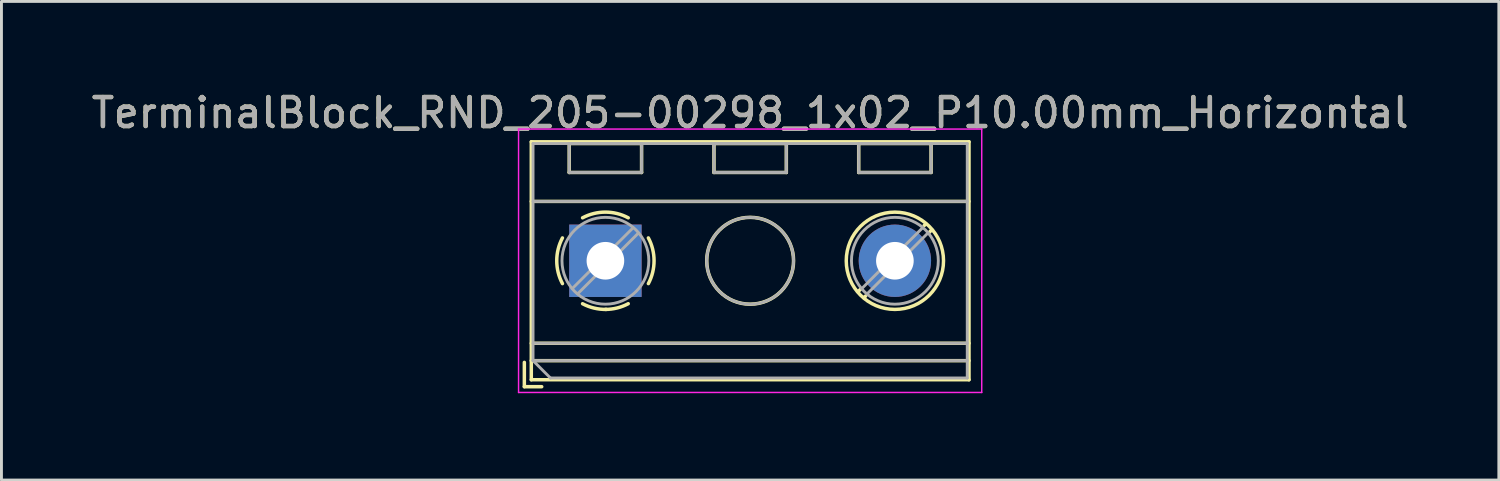
<source format=kicad_pcb>
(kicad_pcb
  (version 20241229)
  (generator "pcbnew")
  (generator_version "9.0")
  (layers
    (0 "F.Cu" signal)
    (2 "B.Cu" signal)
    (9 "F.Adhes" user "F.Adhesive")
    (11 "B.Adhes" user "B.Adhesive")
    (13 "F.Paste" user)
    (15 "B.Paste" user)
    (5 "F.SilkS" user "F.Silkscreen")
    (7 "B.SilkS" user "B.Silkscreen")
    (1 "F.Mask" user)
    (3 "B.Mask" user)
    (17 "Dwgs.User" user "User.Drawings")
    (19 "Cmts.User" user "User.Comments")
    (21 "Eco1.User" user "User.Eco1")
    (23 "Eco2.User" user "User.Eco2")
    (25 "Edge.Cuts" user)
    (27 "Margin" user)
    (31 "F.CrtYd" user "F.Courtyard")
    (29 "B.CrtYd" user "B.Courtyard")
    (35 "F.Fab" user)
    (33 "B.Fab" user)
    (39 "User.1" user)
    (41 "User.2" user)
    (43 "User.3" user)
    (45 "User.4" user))
  (footprint "TerminalBlock_RND_205-00298_1x02_P10.00mm_Horizontal"
    (layer "F.Cu")
    (at 17.863 5.958)
    (property "Reference" "TerminalBlock_RND_205-00298_1x02_P10.00mm_Horizontal" (at 5 -5.11 0) (layer "F.SilkS") (effects (font (size 1 1) (thickness 0.15))))
    (attr through_hole)
    (fp_line (start -2.8 3.51) (end -2.8 4.35) (stroke (width 0.12) (type solid)) (layer "F.SilkS"))
    (fp_line (start -2.8 4.35) (end -2.2 4.35) (stroke (width 0.12) (type solid)) (layer "F.SilkS"))
    (fp_line (start -2.56 -4.11) (end -2.56 4.11) (stroke (width 0.12) (type solid)) (layer "F.SilkS"))
    (fp_line (start -2.56 -4.11) (end 12.56 -4.11) (stroke (width 0.12) (type solid)) (layer "F.SilkS"))
    (fp_line (start -2.56 -2.05) (end 12.56 -2.05) (stroke (width 0.12) (type solid)) (layer "F.SilkS"))
    (fp_line (start -2.56 2.85) (end 12.56 2.85) (stroke (width 0.12) (type solid)) (layer "F.SilkS"))
    (fp_line (start -2.56 3.45) (end 12.56 3.45) (stroke (width 0.12) (type solid)) (layer "F.SilkS"))
    (fp_line (start -2.56 4.11) (end 12.56 4.11) (stroke (width 0.12) (type solid)) (layer "F.SilkS"))
    (fp_line (start -1.25 -4.05) (end -1.25 -3.05) (stroke (width 0.12) (type solid)) (layer "F.SilkS"))
    (fp_line (start -1.25 -4.05) (end 1.25 -4.05) (stroke (width 0.12) (type solid)) (layer "F.SilkS"))
    (fp_line (start -1.25 -3.05) (end 1.25 -3.05) (stroke (width 0.12) (type solid)) (layer "F.SilkS"))
    (fp_line (start 1.25 -4.05) (end 1.25 -3.05) (stroke (width 0.12) (type solid)) (layer "F.SilkS"))
    (fp_line (start 3.75 -4.05) (end 3.75 -3.05) (stroke (width 0.12) (type solid)) (layer "F.SilkS"))
    (fp_line (start 3.75 -4.05) (end 6.25 -4.05) (stroke (width 0.12) (type solid)) (layer "F.SilkS"))
    (fp_line (start 3.75 -3.05) (end 6.25 -3.05) (stroke (width 0.12) (type solid)) (layer "F.SilkS"))
    (fp_line (start 6.25 -4.05) (end 6.25 -3.05) (stroke (width 0.12) (type solid)) (layer "F.SilkS"))
    (fp_line (start 8.75 -4.05) (end 8.75 -3.05) (stroke (width 0.12) (type solid)) (layer "F.SilkS"))
    (fp_line (start 8.75 -4.05) (end 11.25 -4.05) (stroke (width 0.12) (type solid)) (layer "F.SilkS"))
    (fp_line (start 8.75 -3.05) (end 11.25 -3.05) (stroke (width 0.12) (type solid)) (layer "F.SilkS"))
    (fp_line (start 8.82 0.976) (end 8.726 1.069) (stroke (width 0.12) (type solid)) (layer "F.SilkS"))
    (fp_line (start 8.99 1.216) (end 8.931 1.274) (stroke (width 0.12) (type solid)) (layer "F.SilkS"))
    (fp_line (start 11.07 -1.275) (end 11.011 -1.216) (stroke (width 0.12) (type solid)) (layer "F.SilkS"))
    (fp_line (start 11.25 -4.05) (end 11.25 -3.05) (stroke (width 0.12) (type solid)) (layer "F.SilkS"))
    (fp_line (start 11.275 -1.069) (end 11.181 -0.976) (stroke (width 0.12) (type solid)) (layer "F.SilkS"))
    (fp_line (start 12.56 -4.11) (end 12.56 4.11) (stroke (width 0.12) (type solid)) (layer "F.SilkS"))
    (fp_arc (start -1.483953 0.789089) (mid -1.680708 0.00005) (end -1.484 -0.789) (stroke (width 0.12) (type solid)) (layer "F.SilkS"))
    (fp_arc (start -0.789089 -1.483953) (mid -0.00005 -1.680708) (end 0.789 -1.484) (stroke (width 0.12) (type solid)) (layer "F.SilkS"))
    (fp_arc (start 0.029383 1.68045) (mid -0.392304 1.634281) (end -0.789 1.484) (stroke (width 0.12) (type solid)) (layer "F.SilkS"))
    (fp_arc (start 0.788712 1.483352) (mid 0.406429 1.630097) (end 0 1.68) (stroke (width 0.12) (type solid)) (layer "F.SilkS"))
    (fp_arc (start 1.483953 -0.789089) (mid 1.680708 -0.00005) (end 1.484 0.789) (stroke (width 0.12) (type solid)) (layer "F.SilkS"))
    (fp_circle (center 5 0) (end 6.5 0) (stroke (width 0.12) (type solid)) (fill no) (layer "F.SilkS"))
    (fp_circle (center 10 0) (end 11.68 0) (stroke (width 0.12) (type solid)) (fill no) (layer "F.SilkS"))
    (fp_line (start -3 -4.55) (end -3 4.55) (stroke (width 0.05) (type solid)) (layer "F.CrtYd"))
    (fp_line (start -3 4.55) (end 13 4.55) (stroke (width 0.05) (type solid)) (layer "F.CrtYd"))
    (fp_line (start 13 -4.55) (end -3 -4.55) (stroke (width 0.05) (type solid)) (layer "F.CrtYd"))
    (fp_line (start 13 4.55) (end 13 -4.55) (stroke (width 0.05) (type solid)) (layer "F.CrtYd"))
    (fp_line (start -2.5 -4.05) (end 12.5 -4.05) (stroke (width 0.1) (type solid)) (layer "F.Fab"))
    (fp_line (start -2.5 -2.05) (end 12.5 -2.05) (stroke (width 0.1) (type solid)) (layer "F.Fab"))
    (fp_line (start -2.5 2.85) (end 12.5 2.85) (stroke (width 0.1) (type solid)) (layer "F.Fab"))
    (fp_line (start -2.5 3.45) (end -2.5 -4.05) (stroke (width 0.1) (type solid)) (layer "F.Fab"))
    (fp_line (start -2.5 3.45) (end 12.5 3.45) (stroke (width 0.1) (type solid)) (layer "F.Fab"))
    (fp_line (start -1.9 4.05) (end -2.5 3.45) (stroke (width 0.1) (type solid)) (layer "F.Fab"))
    (fp_line (start -1.25 -4.05) (end -1.25 -3.05) (stroke (width 0.1) (type solid)) (layer "F.Fab"))
    (fp_line (start -1.25 -3.05) (end 1.25 -3.05) (stroke (width 0.1) (type solid)) (layer "F.Fab"))
    (fp_line (start 0.955 -1.138) (end -1.138 0.955) (stroke (width 0.1) (type solid)) (layer "F.Fab"))
    (fp_line (start 1.138 -0.955) (end -0.955 1.138) (stroke (width 0.1) (type solid)) (layer "F.Fab"))
    (fp_line (start 1.25 -4.05) (end -1.25 -4.05) (stroke (width 0.1) (type solid)) (layer "F.Fab"))
    (fp_line (start 1.25 -3.05) (end 1.25 -4.05) (stroke (width 0.1) (type solid)) (layer "F.Fab"))
    (fp_line (start 3.75 -4.05) (end 3.75 -3.05) (stroke (width 0.1) (type solid)) (layer "F.Fab"))
    (fp_line (start 3.75 -3.05) (end 6.25 -3.05) (stroke (width 0.1) (type solid)) (layer "F.Fab"))
    (fp_line (start 6.25 -4.05) (end 3.75 -4.05) (stroke (width 0.1) (type solid)) (layer "F.Fab"))
    (fp_line (start 6.25 -3.05) (end 6.25 -4.05) (stroke (width 0.1) (type solid)) (layer "F.Fab"))
    (fp_line (start 8.75 -4.05) (end 8.75 -3.05) (stroke (width 0.1) (type solid)) (layer "F.Fab"))
    (fp_line (start 8.75 -3.05) (end 11.25 -3.05) (stroke (width 0.1) (type solid)) (layer "F.Fab"))
    (fp_line (start 10.955 -1.138) (end 8.863 0.955) (stroke (width 0.1) (type solid)) (layer "F.Fab"))
    (fp_line (start 11.138 -0.955) (end 9.046 1.138) (stroke (width 0.1) (type solid)) (layer "F.Fab"))
    (fp_line (start 11.25 -4.05) (end 8.75 -4.05) (stroke (width 0.1) (type solid)) (layer "F.Fab"))
    (fp_line (start 11.25 -3.05) (end 11.25 -4.05) (stroke (width 0.1) (type solid)) (layer "F.Fab"))
    (fp_line (start 12.5 -4.05) (end 12.5 4.05) (stroke (width 0.1) (type solid)) (layer "F.Fab"))
    (fp_line (start 12.5 4.05) (end -1.9 4.05) (stroke (width 0.1) (type solid)) (layer "F.Fab"))
    (fp_circle (center 0 0) (end 1.5 0) (stroke (width 0.1) (type solid)) (fill no) (layer "F.Fab"))
    (fp_circle (center 5 0) (end 6.5 0) (stroke (width 0.1) (type solid)) (fill no) (layer "F.Fab"))
    (fp_circle (center 10 0) (end 11.5 0) (stroke (width 0.1) (type solid)) (fill no) (layer "F.Fab"))
    (fp_text user "${REFERENCE}" (at 5 -5.11 0) (layer "F.Fab") (effects (font (size 1 1) (thickness 0.15))))
    (pad "1" thru_hole rect (at 0 0) (size 2.5 2.5) (drill 1.3) (layers "*.Cu" "*.Mask"))
    (pad "2" thru_hole circle (at 10 0) (size 2.5 2.5) (drill 1.3) (layers "*.Cu" "*.Mask")))
  (gr_rect
    (start -3 -3)
    (end 48.726 13.533)
    (stroke (width 0.1) (type default))
    (fill no)
    (layer "Edge.Cuts")))
</source>
